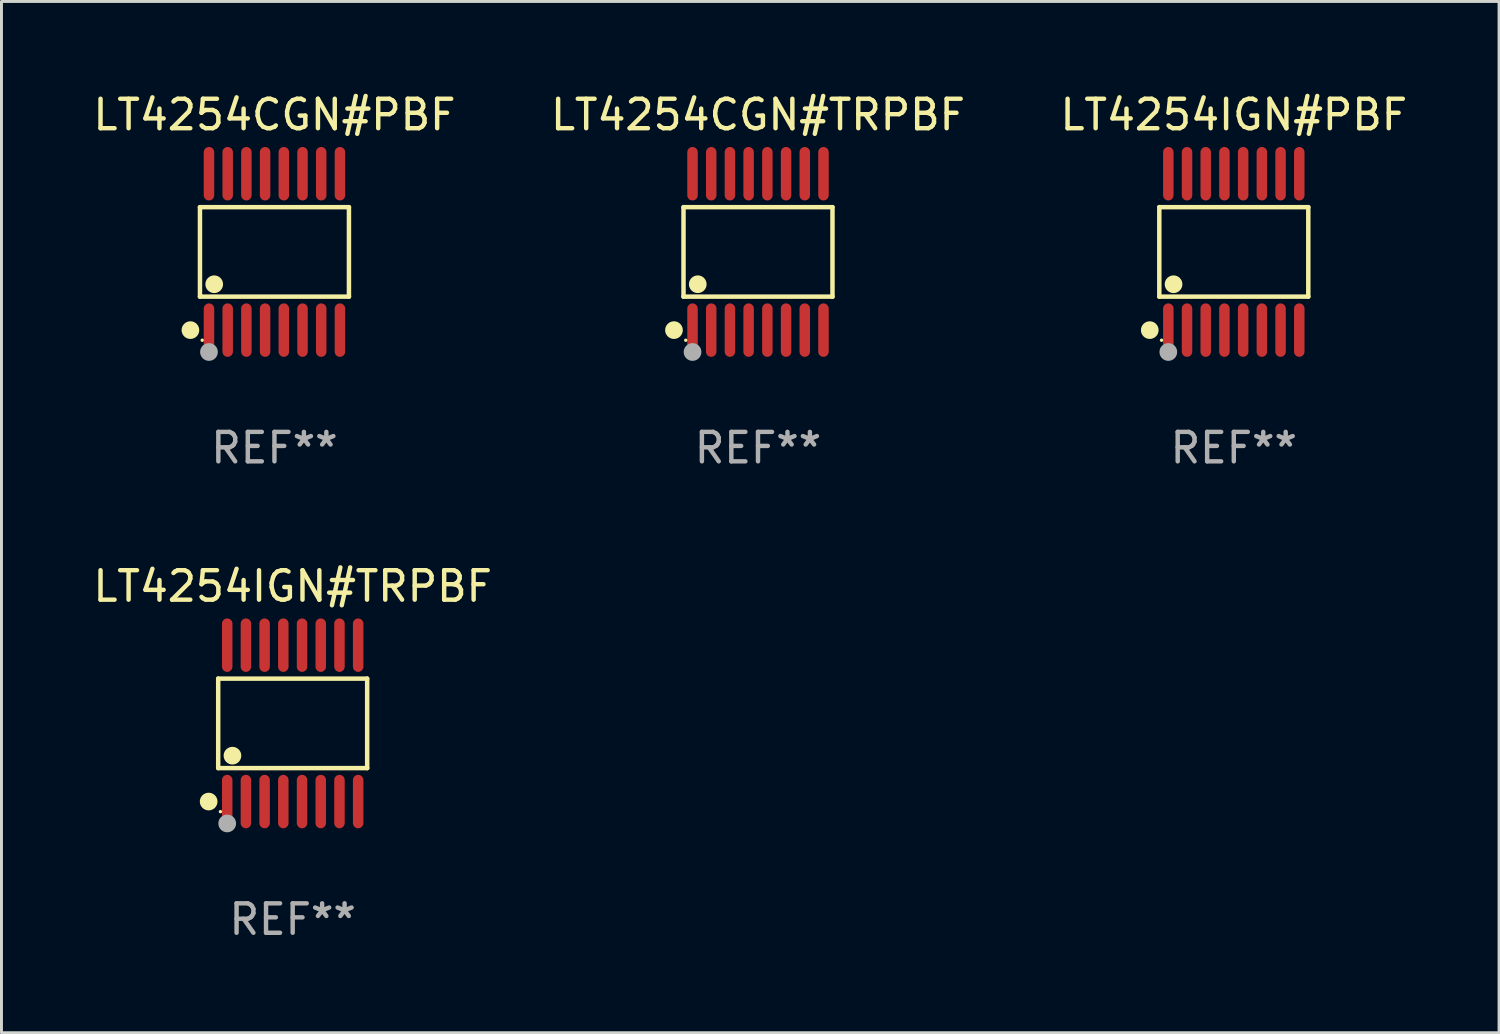
<source format=kicad_pcb>
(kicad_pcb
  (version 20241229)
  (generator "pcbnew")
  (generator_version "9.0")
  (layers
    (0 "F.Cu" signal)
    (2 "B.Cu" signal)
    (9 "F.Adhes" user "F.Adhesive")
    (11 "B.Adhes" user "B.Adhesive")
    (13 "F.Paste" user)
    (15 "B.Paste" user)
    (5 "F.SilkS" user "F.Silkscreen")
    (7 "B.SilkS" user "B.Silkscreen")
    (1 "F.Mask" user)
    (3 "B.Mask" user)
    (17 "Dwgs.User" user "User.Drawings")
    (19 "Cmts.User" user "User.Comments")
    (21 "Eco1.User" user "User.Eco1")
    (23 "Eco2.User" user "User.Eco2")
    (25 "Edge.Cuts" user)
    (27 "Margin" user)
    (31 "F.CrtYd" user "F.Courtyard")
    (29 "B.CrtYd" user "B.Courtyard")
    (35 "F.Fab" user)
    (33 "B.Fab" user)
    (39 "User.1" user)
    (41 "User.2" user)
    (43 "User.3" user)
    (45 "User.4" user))
  (footprint "LT4254CGN#TRPBF"
    (layer "F.Cu")
    (at 22.685 5.503)
    (property "Reference" "LT4254CGN#TRPBF" (at 0 -4.655 0) (layer "F.SilkS") (effects (font (size 1 1) (thickness 0.15))))
    (attr through_hole)
    (fp_line (start -2.529 -1.519) (end 2.529 -1.519) (stroke (width 0.152) (type solid)) (layer "F.SilkS"))
    (fp_line (start -2.529 1.519) (end -2.529 -1.519) (stroke (width 0.152) (type solid)) (layer "F.SilkS"))
    (fp_line (start 2.529 -1.519) (end 2.529 1.519) (stroke (width 0.152) (type solid)) (layer "F.SilkS"))
    (fp_line (start 2.529 1.519) (end -2.529 1.519) (stroke (width 0.152) (type solid)) (layer "F.SilkS"))
    (fp_circle (center -2.853 2.655) (end -2.703 2.655) (stroke (width 0.3) (type solid)) (fill no) (layer "F.SilkS"))
    (fp_circle (center -2.453 2.998) (end -2.423 2.998) (stroke (width 0.06) (type solid)) (fill no) (layer "F.SilkS"))
    (fp_circle (center -2.045 1.097) (end -1.895 1.097) (stroke (width 0.3) (type solid)) (fill no) (layer "F.SilkS"))
    (fp_circle (center -2.223 3.398) (end -2.072 3.398) (stroke (width 0.3) (type solid)) (fill no) (layer "F.Fab"))
    (fp_text user "REF**" (at 0 6.655 0) (layer "F.Fab") (effects (font (size 1 1) (thickness 0.15))))
    (pad "1" smd oval (at -2.223 2.655) (size 0.356 1.815) (layers "F.Cu" "F.Mask" "F.Paste"))
    (pad "2" smd oval (at -1.588 2.655) (size 0.356 1.815) (layers "F.Cu" "F.Mask" "F.Paste"))
    (pad "3" smd oval (at -0.953 2.655) (size 0.356 1.815) (layers "F.Cu" "F.Mask" "F.Paste"))
    (pad "4" smd oval (at -0.318 2.655) (size 0.356 1.815) (layers "F.Cu" "F.Mask" "F.Paste"))
    (pad "5" smd oval (at 0.318 2.655) (size 0.356 1.815) (layers "F.Cu" "F.Mask" "F.Paste"))
    (pad "6" smd oval (at 0.953 2.655) (size 0.356 1.815) (layers "F.Cu" "F.Mask" "F.Paste"))
    (pad "7" smd oval (at 1.588 2.655) (size 0.356 1.815) (layers "F.Cu" "F.Mask" "F.Paste"))
    (pad "8" smd oval (at 2.223 2.655) (size 0.356 1.815) (layers "F.Cu" "F.Mask" "F.Paste"))
    (pad "9" smd oval (at 2.223 -2.655) (size 0.356 1.815) (layers "F.Cu" "F.Mask" "F.Paste"))
    (pad "10" smd oval (at 1.588 -2.655) (size 0.356 1.815) (layers "F.Cu" "F.Mask" "F.Paste"))
    (pad "11" smd oval (at 0.953 -2.655) (size 0.356 1.815) (layers "F.Cu" "F.Mask" "F.Paste"))
    (pad "12" smd oval (at 0.318 -2.655) (size 0.356 1.815) (layers "F.Cu" "F.Mask" "F.Paste"))
    (pad "13" smd oval (at -0.318 -2.655) (size 0.356 1.815) (layers "F.Cu" "F.Mask" "F.Paste"))
    (pad "14" smd oval (at -0.953 -2.655) (size 0.356 1.815) (layers "F.Cu" "F.Mask" "F.Paste"))
    (pad "15" smd oval (at -1.588 -2.655) (size 0.356 1.815) (layers "F.Cu" "F.Mask" "F.Paste"))
    (pad "16" smd oval (at -2.223 -2.655) (size 0.356 1.815) (layers "F.Cu" "F.Mask" "F.Paste")))
  (footprint "LT4254IGN#PBF"
    (layer "F.Cu")
    (at 38.839 5.503)
    (property "Reference" "LT4254IGN#PBF" (at 0 -4.655 0) (layer "F.SilkS") (effects (font (size 1 1) (thickness 0.15))))
    (attr through_hole)
    (fp_line (start -2.529 -1.519) (end 2.529 -1.519) (stroke (width 0.152) (type solid)) (layer "F.SilkS"))
    (fp_line (start -2.529 1.519) (end -2.529 -1.519) (stroke (width 0.152) (type solid)) (layer "F.SilkS"))
    (fp_line (start 2.529 -1.519) (end 2.529 1.519) (stroke (width 0.152) (type solid)) (layer "F.SilkS"))
    (fp_line (start 2.529 1.519) (end -2.529 1.519) (stroke (width 0.152) (type solid)) (layer "F.SilkS"))
    (fp_circle (center -2.853 2.655) (end -2.703 2.655) (stroke (width 0.3) (type solid)) (fill no) (layer "F.SilkS"))
    (fp_circle (center -2.453 2.998) (end -2.423 2.998) (stroke (width 0.06) (type solid)) (fill no) (layer "F.SilkS"))
    (fp_circle (center -2.045 1.097) (end -1.895 1.097) (stroke (width 0.3) (type solid)) (fill no) (layer "F.SilkS"))
    (fp_circle (center -2.223 3.398) (end -2.072 3.398) (stroke (width 0.3) (type solid)) (fill no) (layer "F.Fab"))
    (fp_text user "REF**" (at 0 6.655 0) (layer "F.Fab") (effects (font (size 1 1) (thickness 0.15))))
    (pad "1" smd oval (at -2.223 2.655) (size 0.356 1.815) (layers "F.Cu" "F.Mask" "F.Paste"))
    (pad "2" smd oval (at -1.588 2.655) (size 0.356 1.815) (layers "F.Cu" "F.Mask" "F.Paste"))
    (pad "3" smd oval (at -0.953 2.655) (size 0.356 1.815) (layers "F.Cu" "F.Mask" "F.Paste"))
    (pad "4" smd oval (at -0.318 2.655) (size 0.356 1.815) (layers "F.Cu" "F.Mask" "F.Paste"))
    (pad "5" smd oval (at 0.318 2.655) (size 0.356 1.815) (layers "F.Cu" "F.Mask" "F.Paste"))
    (pad "6" smd oval (at 0.953 2.655) (size 0.356 1.815) (layers "F.Cu" "F.Mask" "F.Paste"))
    (pad "7" smd oval (at 1.588 2.655) (size 0.356 1.815) (layers "F.Cu" "F.Mask" "F.Paste"))
    (pad "8" smd oval (at 2.223 2.655) (size 0.356 1.815) (layers "F.Cu" "F.Mask" "F.Paste"))
    (pad "9" smd oval (at 2.223 -2.655) (size 0.356 1.815) (layers "F.Cu" "F.Mask" "F.Paste"))
    (pad "10" smd oval (at 1.588 -2.655) (size 0.356 1.815) (layers "F.Cu" "F.Mask" "F.Paste"))
    (pad "11" smd oval (at 0.953 -2.655) (size 0.356 1.815) (layers "F.Cu" "F.Mask" "F.Paste"))
    (pad "12" smd oval (at 0.318 -2.655) (size 0.356 1.815) (layers "F.Cu" "F.Mask" "F.Paste"))
    (pad "13" smd oval (at -0.318 -2.655) (size 0.356 1.815) (layers "F.Cu" "F.Mask" "F.Paste"))
    (pad "14" smd oval (at -0.953 -2.655) (size 0.356 1.815) (layers "F.Cu" "F.Mask" "F.Paste"))
    (pad "15" smd oval (at -1.588 -2.655) (size 0.356 1.815) (layers "F.Cu" "F.Mask" "F.Paste"))
    (pad "16" smd oval (at -2.223 -2.655) (size 0.356 1.815) (layers "F.Cu" "F.Mask" "F.Paste")))
  (footprint "LT4254CGN#PBF"
    (layer "F.Cu")
    (at 6.268 5.503)
    (property "Reference" "LT4254CGN#PBF" (at 0 -4.655 0) (layer "F.SilkS") (effects (font (size 1 1) (thickness 0.15))))
    (attr through_hole)
    (fp_line (start -2.529 -1.519) (end 2.529 -1.519) (stroke (width 0.152) (type solid)) (layer "F.SilkS"))
    (fp_line (start -2.529 1.519) (end -2.529 -1.519) (stroke (width 0.152) (type solid)) (layer "F.SilkS"))
    (fp_line (start 2.529 -1.519) (end 2.529 1.519) (stroke (width 0.152) (type solid)) (layer "F.SilkS"))
    (fp_line (start 2.529 1.519) (end -2.529 1.519) (stroke (width 0.152) (type solid)) (layer "F.SilkS"))
    (fp_circle (center -2.853 2.655) (end -2.703 2.655) (stroke (width 0.3) (type solid)) (fill no) (layer "F.SilkS"))
    (fp_circle (center -2.453 2.998) (end -2.423 2.998) (stroke (width 0.06) (type solid)) (fill no) (layer "F.SilkS"))
    (fp_circle (center -2.045 1.097) (end -1.895 1.097) (stroke (width 0.3) (type solid)) (fill no) (layer "F.SilkS"))
    (fp_circle (center -2.223 3.398) (end -2.072 3.398) (stroke (width 0.3) (type solid)) (fill no) (layer "F.Fab"))
    (fp_text user "REF**" (at 0 6.655 0) (layer "F.Fab") (effects (font (size 1 1) (thickness 0.15))))
    (pad "1" smd oval (at -2.223 2.655) (size 0.356 1.815) (layers "F.Cu" "F.Mask" "F.Paste"))
    (pad "2" smd oval (at -1.588 2.655) (size 0.356 1.815) (layers "F.Cu" "F.Mask" "F.Paste"))
    (pad "3" smd oval (at -0.953 2.655) (size 0.356 1.815) (layers "F.Cu" "F.Mask" "F.Paste"))
    (pad "4" smd oval (at -0.318 2.655) (size 0.356 1.815) (layers "F.Cu" "F.Mask" "F.Paste"))
    (pad "5" smd oval (at 0.318 2.655) (size 0.356 1.815) (layers "F.Cu" "F.Mask" "F.Paste"))
    (pad "6" smd oval (at 0.953 2.655) (size 0.356 1.815) (layers "F.Cu" "F.Mask" "F.Paste"))
    (pad "7" smd oval (at 1.588 2.655) (size 0.356 1.815) (layers "F.Cu" "F.Mask" "F.Paste"))
    (pad "8" smd oval (at 2.223 2.655) (size 0.356 1.815) (layers "F.Cu" "F.Mask" "F.Paste"))
    (pad "9" smd oval (at 2.223 -2.655) (size 0.356 1.815) (layers "F.Cu" "F.Mask" "F.Paste"))
    (pad "10" smd oval (at 1.588 -2.655) (size 0.356 1.815) (layers "F.Cu" "F.Mask" "F.Paste"))
    (pad "11" smd oval (at 0.953 -2.655) (size 0.356 1.815) (layers "F.Cu" "F.Mask" "F.Paste"))
    (pad "12" smd oval (at 0.318 -2.655) (size 0.356 1.815) (layers "F.Cu" "F.Mask" "F.Paste"))
    (pad "13" smd oval (at -0.318 -2.655) (size 0.356 1.815) (layers "F.Cu" "F.Mask" "F.Paste"))
    (pad "14" smd oval (at -0.953 -2.655) (size 0.356 1.815) (layers "F.Cu" "F.Mask" "F.Paste"))
    (pad "15" smd oval (at -1.588 -2.655) (size 0.356 1.815) (layers "F.Cu" "F.Mask" "F.Paste"))
    (pad "16" smd oval (at -2.223 -2.655) (size 0.356 1.815) (layers "F.Cu" "F.Mask" "F.Paste")))
  (footprint "LT4254IGN#TRPBF"
    (layer "F.Cu")
    (at 6.887 21.509)
    (property "Reference" "LT4254IGN#TRPBF" (at 0 -4.655 0) (layer "F.SilkS") (effects (font (size 1 1) (thickness 0.15))))
    (attr through_hole)
    (fp_line (start -2.529 -1.519) (end 2.529 -1.519) (stroke (width 0.152) (type solid)) (layer "F.SilkS"))
    (fp_line (start -2.529 1.519) (end -2.529 -1.519) (stroke (width 0.152) (type solid)) (layer "F.SilkS"))
    (fp_line (start 2.529 -1.519) (end 2.529 1.519) (stroke (width 0.152) (type solid)) (layer "F.SilkS"))
    (fp_line (start 2.529 1.519) (end -2.529 1.519) (stroke (width 0.152) (type solid)) (layer "F.SilkS"))
    (fp_circle (center -2.853 2.655) (end -2.703 2.655) (stroke (width 0.3) (type solid)) (fill no) (layer "F.SilkS"))
    (fp_circle (center -2.453 2.998) (end -2.423 2.998) (stroke (width 0.06) (type solid)) (fill no) (layer "F.SilkS"))
    (fp_circle (center -2.045 1.097) (end -1.895 1.097) (stroke (width 0.3) (type solid)) (fill no) (layer "F.SilkS"))
    (fp_circle (center -2.223 3.398) (end -2.072 3.398) (stroke (width 0.3) (type solid)) (fill no) (layer "F.Fab"))
    (fp_text user "REF**" (at 0 6.655 0) (layer "F.Fab") (effects (font (size 1 1) (thickness 0.15))))
    (pad "1" smd oval (at -2.223 2.655) (size 0.356 1.815) (layers "F.Cu" "F.Mask" "F.Paste"))
    (pad "2" smd oval (at -1.588 2.655) (size 0.356 1.815) (layers "F.Cu" "F.Mask" "F.Paste"))
    (pad "3" smd oval (at -0.953 2.655) (size 0.356 1.815) (layers "F.Cu" "F.Mask" "F.Paste"))
    (pad "4" smd oval (at -0.318 2.655) (size 0.356 1.815) (layers "F.Cu" "F.Mask" "F.Paste"))
    (pad "5" smd oval (at 0.318 2.655) (size 0.356 1.815) (layers "F.Cu" "F.Mask" "F.Paste"))
    (pad "6" smd oval (at 0.953 2.655) (size 0.356 1.815) (layers "F.Cu" "F.Mask" "F.Paste"))
    (pad "7" smd oval (at 1.588 2.655) (size 0.356 1.815) (layers "F.Cu" "F.Mask" "F.Paste"))
    (pad "8" smd oval (at 2.223 2.655) (size 0.356 1.815) (layers "F.Cu" "F.Mask" "F.Paste"))
    (pad "9" smd oval (at 2.223 -2.655) (size 0.356 1.815) (layers "F.Cu" "F.Mask" "F.Paste"))
    (pad "10" smd oval (at 1.588 -2.655) (size 0.356 1.815) (layers "F.Cu" "F.Mask" "F.Paste"))
    (pad "11" smd oval (at 0.953 -2.655) (size 0.356 1.815) (layers "F.Cu" "F.Mask" "F.Paste"))
    (pad "12" smd oval (at 0.318 -2.655) (size 0.356 1.815) (layers "F.Cu" "F.Mask" "F.Paste"))
    (pad "13" smd oval (at -0.318 -2.655) (size 0.356 1.815) (layers "F.Cu" "F.Mask" "F.Paste"))
    (pad "14" smd oval (at -0.953 -2.655) (size 0.356 1.815) (layers "F.Cu" "F.Mask" "F.Paste"))
    (pad "15" smd oval (at -1.588 -2.655) (size 0.356 1.815) (layers "F.Cu" "F.Mask" "F.Paste"))
    (pad "16" smd oval (at -2.223 -2.655) (size 0.356 1.815) (layers "F.Cu" "F.Mask" "F.Paste")))
  (gr_rect
    (start -3 -3)
    (end 47.845 32.012)
    (stroke (width 0.1) (type default))
    (fill no)
    (layer "Edge.Cuts")))
</source>
